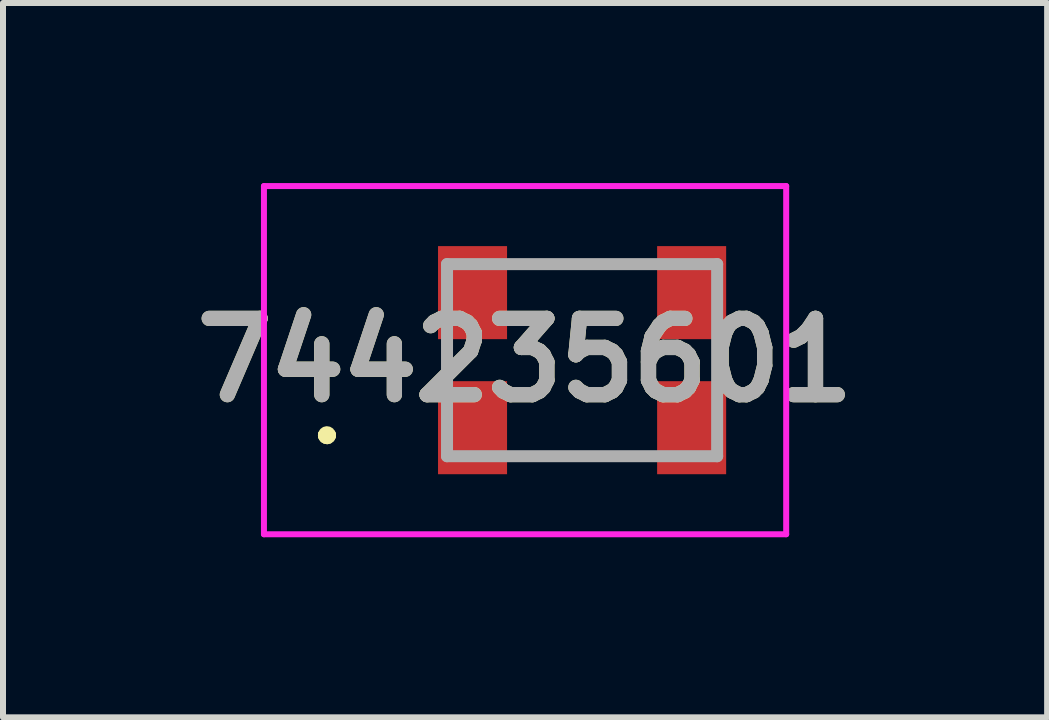
<source format=kicad_pcb>
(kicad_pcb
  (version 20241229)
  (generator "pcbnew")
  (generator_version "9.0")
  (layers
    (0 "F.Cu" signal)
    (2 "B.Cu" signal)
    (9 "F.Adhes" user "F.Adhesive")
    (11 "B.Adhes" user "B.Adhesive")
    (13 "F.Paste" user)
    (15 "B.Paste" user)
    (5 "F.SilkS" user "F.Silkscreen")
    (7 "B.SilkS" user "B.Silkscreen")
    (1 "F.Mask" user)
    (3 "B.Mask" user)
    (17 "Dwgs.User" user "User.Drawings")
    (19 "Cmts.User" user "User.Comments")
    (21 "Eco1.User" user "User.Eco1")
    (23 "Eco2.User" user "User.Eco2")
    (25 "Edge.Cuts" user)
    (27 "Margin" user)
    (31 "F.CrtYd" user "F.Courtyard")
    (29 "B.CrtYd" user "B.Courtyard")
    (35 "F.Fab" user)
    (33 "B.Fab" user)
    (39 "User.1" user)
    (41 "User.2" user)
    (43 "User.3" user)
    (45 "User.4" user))
  (footprint "744235601"
    (layer "F.Cu")
    (at 6.647 2.95)
    (property "Reference" "744235601" (at -0.95 0 0) (layer "F.SilkS") (effects (font (size 1.27 1.27) (thickness 0.254))))
    (attr smd)
    (fp_line (start -4.3 1.25) (end -4.3 1.25) (stroke (width 0.2) (type solid)) (layer "F.SilkS"))
    (fp_line (start -4.3 1.25) (end -4.3 1.25) (stroke (width 0.2) (type solid)) (layer "F.SilkS"))
    (fp_line (start -4.2 1.25) (end -4.2 1.25) (stroke (width 0.2) (type solid)) (layer "F.SilkS"))
    (fp_line (start -0.75 -1.6) (end -0.75 -1.6) (stroke (width 0.1) (type solid)) (layer "F.SilkS"))
    (fp_line (start -0.75 -1.6) (end 0.75 -1.6) (stroke (width 0.1) (type solid)) (layer "F.SilkS"))
    (fp_line (start -0.75 1.6) (end -0.75 1.6) (stroke (width 0.1) (type solid)) (layer "F.SilkS"))
    (fp_line (start -0.75 1.6) (end 0.75 1.6) (stroke (width 0.1) (type solid)) (layer "F.SilkS"))
    (fp_line (start 0.75 -1.6) (end -0.75 -1.6) (stroke (width 0.1) (type solid)) (layer "F.SilkS"))
    (fp_line (start 0.75 -1.6) (end 0.75 -1.6) (stroke (width 0.1) (type solid)) (layer "F.SilkS"))
    (fp_line (start 0.75 1.6) (end -0.75 1.6) (stroke (width 0.1) (type solid)) (layer "F.SilkS"))
    (fp_line (start 0.75 1.6) (end 0.75 1.6) (stroke (width 0.1) (type solid)) (layer "F.SilkS"))
    (fp_arc (start -4.3 1.25) (mid -4.25 1.2) (end -4.2 1.25) (stroke (width 0.2) (type solid)) (layer "F.SilkS"))
    (fp_arc (start -4.2 1.25) (mid -4.25 1.3) (end -4.3 1.25) (stroke (width 0.2) (type solid)) (layer "F.SilkS"))
    (fp_arc (start -4.2 1.25) (mid -4.25 1.3) (end -4.3 1.25) (stroke (width 0.2) (type solid)) (layer "F.SilkS"))
    (fp_line (start -5.3 -2.9) (end 3.4 -2.9) (stroke (width 0.1) (type solid)) (layer "F.CrtYd"))
    (fp_line (start -5.3 2.9) (end -5.3 -2.9) (stroke (width 0.1) (type solid)) (layer "F.CrtYd"))
    (fp_line (start 3.4 -2.9) (end 3.4 2.9) (stroke (width 0.1) (type solid)) (layer "F.CrtYd"))
    (fp_line (start 3.4 2.9) (end -5.3 2.9) (stroke (width 0.1) (type solid)) (layer "F.CrtYd"))
    (fp_line (start -2.25 -1.6) (end -2.25 1.6) (stroke (width 0.2) (type solid)) (layer "F.Fab"))
    (fp_line (start -2.25 1.6) (end 2.25 1.6) (stroke (width 0.2) (type solid)) (layer "F.Fab"))
    (fp_line (start 2.25 -1.6) (end -2.25 -1.6) (stroke (width 0.2) (type solid)) (layer "F.Fab"))
    (fp_line (start 2.25 1.6) (end 2.25 -1.6) (stroke (width 0.2) (type solid)) (layer "F.Fab"))
    (fp_text user "${REFERENCE}" (at -0.95 0 0) (layer "F.Fab") (effects (font (size 1.27 1.27) (thickness 0.254))))
    (pad "1" smd rect (at -1.825 1.125) (size 1.15 1.55) (layers "F.Cu" "F.Mask" "F.Paste"))
    (pad "2" smd rect (at 1.825 1.125) (size 1.15 1.55) (layers "F.Cu" "F.Mask" "F.Paste"))
    (pad "3" smd rect (at 1.825 -1.125) (size 1.15 1.55) (layers "F.Cu" "F.Mask" "F.Paste"))
    (pad "4" smd rect (at -1.825 -1.125) (size 1.15 1.55) (layers "F.Cu" "F.Mask" "F.Paste")))
  (gr_rect
    (start -3 -3)
    (end 14.394 8.9)
    (stroke (width 0.1) (type default))
    (fill no)
    (layer "Edge.Cuts")))
</source>
